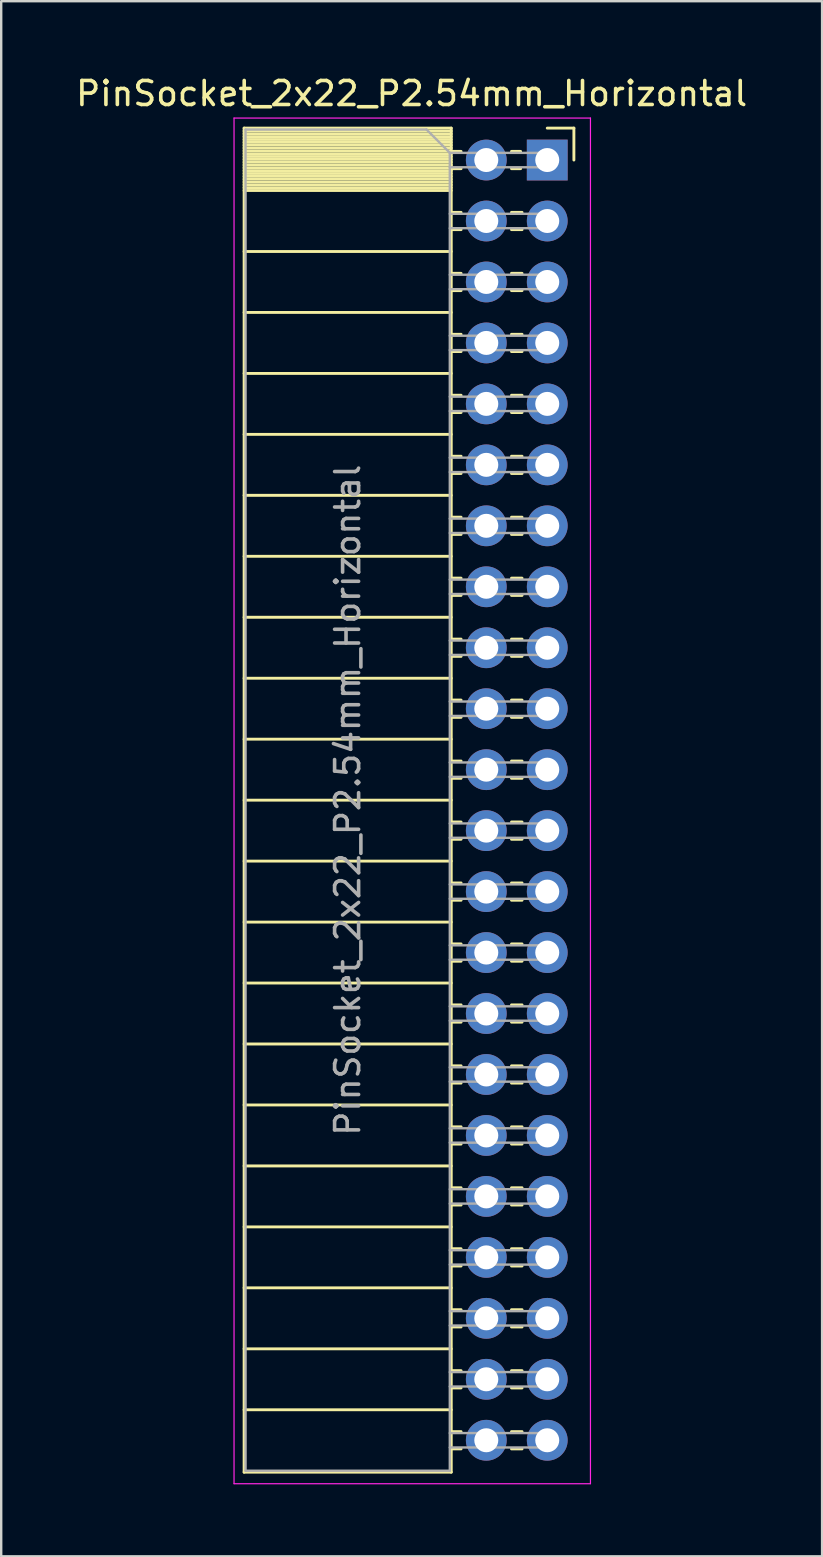
<source format=kicad_pcb>
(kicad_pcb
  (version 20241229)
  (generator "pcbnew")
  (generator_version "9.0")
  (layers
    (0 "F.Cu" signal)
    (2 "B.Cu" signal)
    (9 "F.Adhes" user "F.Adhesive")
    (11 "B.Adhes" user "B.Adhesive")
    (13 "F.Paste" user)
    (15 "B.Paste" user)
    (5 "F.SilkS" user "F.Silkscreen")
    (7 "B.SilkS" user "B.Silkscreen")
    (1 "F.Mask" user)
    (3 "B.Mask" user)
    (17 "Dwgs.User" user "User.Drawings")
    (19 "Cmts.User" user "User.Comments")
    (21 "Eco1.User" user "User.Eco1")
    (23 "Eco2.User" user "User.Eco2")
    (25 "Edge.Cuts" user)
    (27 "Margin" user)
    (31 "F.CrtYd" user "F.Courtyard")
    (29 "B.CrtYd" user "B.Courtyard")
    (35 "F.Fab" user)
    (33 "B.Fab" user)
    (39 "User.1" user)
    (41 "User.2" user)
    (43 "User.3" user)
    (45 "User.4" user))
  (footprint "PinSocket_2x22_P2.54mm_Horizontal"
    (layer "F.Cu")
    (at 19.751 3.618)
    (property "Reference" "PinSocket_2x22_P2.54mm_Horizontal" (at -5.65 -2.77 0) (layer "F.SilkS") (effects (font (size 1 1) (thickness 0.15))))
    (attr through_hole)
    (fp_line (start -12.63 -1.33) (end -12.63 54.67) (stroke (width 0.12) (type solid)) (layer "F.SilkS"))
    (fp_line (start -12.63 -1.33) (end -4 -1.33) (stroke (width 0.12) (type solid)) (layer "F.SilkS"))
    (fp_line (start -12.63 -1.21) (end -4 -1.21) (stroke (width 0.12) (type solid)) (layer "F.SilkS"))
    (fp_line (start -12.63 -1.092) (end -4 -1.092) (stroke (width 0.12) (type solid)) (layer "F.SilkS"))
    (fp_line (start -12.63 -0.974) (end -4 -0.974) (stroke (width 0.12) (type solid)) (layer "F.SilkS"))
    (fp_line (start -12.63 -0.856) (end -4 -0.856) (stroke (width 0.12) (type solid)) (layer "F.SilkS"))
    (fp_line (start -12.63 -0.738) (end -4 -0.738) (stroke (width 0.12) (type solid)) (layer "F.SilkS"))
    (fp_line (start -12.63 -0.62) (end -4 -0.62) (stroke (width 0.12) (type solid)) (layer "F.SilkS"))
    (fp_line (start -12.63 -0.501) (end -4 -0.501) (stroke (width 0.12) (type solid)) (layer "F.SilkS"))
    (fp_line (start -12.63 -0.383) (end -4 -0.383) (stroke (width 0.12) (type solid)) (layer "F.SilkS"))
    (fp_line (start -12.63 -0.265) (end -4 -0.265) (stroke (width 0.12) (type solid)) (layer "F.SilkS"))
    (fp_line (start -12.63 -0.147) (end -4 -0.147) (stroke (width 0.12) (type solid)) (layer "F.SilkS"))
    (fp_line (start -12.63 -0.029) (end -4 -0.029) (stroke (width 0.12) (type solid)) (layer "F.SilkS"))
    (fp_line (start -12.63 0.089) (end -4 0.089) (stroke (width 0.12) (type solid)) (layer "F.SilkS"))
    (fp_line (start -12.63 0.207) (end -4 0.207) (stroke (width 0.12) (type solid)) (layer "F.SilkS"))
    (fp_line (start -12.63 0.325) (end -4 0.325) (stroke (width 0.12) (type solid)) (layer "F.SilkS"))
    (fp_line (start -12.63 0.443) (end -4 0.443) (stroke (width 0.12) (type solid)) (layer "F.SilkS"))
    (fp_line (start -12.63 0.561) (end -4 0.561) (stroke (width 0.12) (type solid)) (layer "F.SilkS"))
    (fp_line (start -12.63 0.68) (end -4 0.68) (stroke (width 0.12) (type solid)) (layer "F.SilkS"))
    (fp_line (start -12.63 0.798) (end -4 0.798) (stroke (width 0.12) (type solid)) (layer "F.SilkS"))
    (fp_line (start -12.63 0.916) (end -4 0.916) (stroke (width 0.12) (type solid)) (layer "F.SilkS"))
    (fp_line (start -12.63 1.034) (end -4 1.034) (stroke (width 0.12) (type solid)) (layer "F.SilkS"))
    (fp_line (start -12.63 1.152) (end -4 1.152) (stroke (width 0.12) (type solid)) (layer "F.SilkS"))
    (fp_line (start -12.63 1.27) (end -4 1.27) (stroke (width 0.12) (type solid)) (layer "F.SilkS"))
    (fp_line (start -12.63 3.81) (end -4 3.81) (stroke (width 0.12) (type solid)) (layer "F.SilkS"))
    (fp_line (start -12.63 6.35) (end -4 6.35) (stroke (width 0.12) (type solid)) (layer "F.SilkS"))
    (fp_line (start -12.63 8.89) (end -4 8.89) (stroke (width 0.12) (type solid)) (layer "F.SilkS"))
    (fp_line (start -12.63 11.43) (end -4 11.43) (stroke (width 0.12) (type solid)) (layer "F.SilkS"))
    (fp_line (start -12.63 13.97) (end -4 13.97) (stroke (width 0.12) (type solid)) (layer "F.SilkS"))
    (fp_line (start -12.63 16.51) (end -4 16.51) (stroke (width 0.12) (type solid)) (layer "F.SilkS"))
    (fp_line (start -12.63 19.05) (end -4 19.05) (stroke (width 0.12) (type solid)) (layer "F.SilkS"))
    (fp_line (start -12.63 21.59) (end -4 21.59) (stroke (width 0.12) (type solid)) (layer "F.SilkS"))
    (fp_line (start -12.63 24.13) (end -4 24.13) (stroke (width 0.12) (type solid)) (layer "F.SilkS"))
    (fp_line (start -12.63 26.67) (end -4 26.67) (stroke (width 0.12) (type solid)) (layer "F.SilkS"))
    (fp_line (start -12.63 29.21) (end -4 29.21) (stroke (width 0.12) (type solid)) (layer "F.SilkS"))
    (fp_line (start -12.63 31.75) (end -4 31.75) (stroke (width 0.12) (type solid)) (layer "F.SilkS"))
    (fp_line (start -12.63 34.29) (end -4 34.29) (stroke (width 0.12) (type solid)) (layer "F.SilkS"))
    (fp_line (start -12.63 36.83) (end -4 36.83) (stroke (width 0.12) (type solid)) (layer "F.SilkS"))
    (fp_line (start -12.63 39.37) (end -4 39.37) (stroke (width 0.12) (type solid)) (layer "F.SilkS"))
    (fp_line (start -12.63 41.91) (end -4 41.91) (stroke (width 0.12) (type solid)) (layer "F.SilkS"))
    (fp_line (start -12.63 44.45) (end -4 44.45) (stroke (width 0.12) (type solid)) (layer "F.SilkS"))
    (fp_line (start -12.63 46.99) (end -4 46.99) (stroke (width 0.12) (type solid)) (layer "F.SilkS"))
    (fp_line (start -12.63 49.53) (end -4 49.53) (stroke (width 0.12) (type solid)) (layer "F.SilkS"))
    (fp_line (start -12.63 52.07) (end -4 52.07) (stroke (width 0.12) (type solid)) (layer "F.SilkS"))
    (fp_line (start -12.63 54.67) (end -4 54.67) (stroke (width 0.12) (type solid)) (layer "F.SilkS"))
    (fp_line (start -4 -1.33) (end -4 54.67) (stroke (width 0.12) (type solid)) (layer "F.SilkS"))
    (fp_line (start -4 -0.36) (end -3.59 -0.36) (stroke (width 0.12) (type solid)) (layer "F.SilkS"))
    (fp_line (start -4 0.36) (end -3.59 0.36) (stroke (width 0.12) (type solid)) (layer "F.SilkS"))
    (fp_line (start -4 2.18) (end -3.59 2.18) (stroke (width 0.12) (type solid)) (layer "F.SilkS"))
    (fp_line (start -4 2.9) (end -3.59 2.9) (stroke (width 0.12) (type solid)) (layer "F.SilkS"))
    (fp_line (start -4 4.72) (end -3.59 4.72) (stroke (width 0.12) (type solid)) (layer "F.SilkS"))
    (fp_line (start -4 5.44) (end -3.59 5.44) (stroke (width 0.12) (type solid)) (layer "F.SilkS"))
    (fp_line (start -4 7.26) (end -3.59 7.26) (stroke (width 0.12) (type solid)) (layer "F.SilkS"))
    (fp_line (start -4 7.98) (end -3.59 7.98) (stroke (width 0.12) (type solid)) (layer "F.SilkS"))
    (fp_line (start -4 9.8) (end -3.59 9.8) (stroke (width 0.12) (type solid)) (layer "F.SilkS"))
    (fp_line (start -4 10.52) (end -3.59 10.52) (stroke (width 0.12) (type solid)) (layer "F.SilkS"))
    (fp_line (start -4 12.34) (end -3.59 12.34) (stroke (width 0.12) (type solid)) (layer "F.SilkS"))
    (fp_line (start -4 13.06) (end -3.59 13.06) (stroke (width 0.12) (type solid)) (layer "F.SilkS"))
    (fp_line (start -4 14.88) (end -3.59 14.88) (stroke (width 0.12) (type solid)) (layer "F.SilkS"))
    (fp_line (start -4 15.6) (end -3.59 15.6) (stroke (width 0.12) (type solid)) (layer "F.SilkS"))
    (fp_line (start -4 17.42) (end -3.59 17.42) (stroke (width 0.12) (type solid)) (layer "F.SilkS"))
    (fp_line (start -4 18.14) (end -3.59 18.14) (stroke (width 0.12) (type solid)) (layer "F.SilkS"))
    (fp_line (start -4 19.96) (end -3.59 19.96) (stroke (width 0.12) (type solid)) (layer "F.SilkS"))
    (fp_line (start -4 20.68) (end -3.59 20.68) (stroke (width 0.12) (type solid)) (layer "F.SilkS"))
    (fp_line (start -4 22.5) (end -3.59 22.5) (stroke (width 0.12) (type solid)) (layer "F.SilkS"))
    (fp_line (start -4 23.22) (end -3.59 23.22) (stroke (width 0.12) (type solid)) (layer "F.SilkS"))
    (fp_line (start -4 25.04) (end -3.59 25.04) (stroke (width 0.12) (type solid)) (layer "F.SilkS"))
    (fp_line (start -4 25.76) (end -3.59 25.76) (stroke (width 0.12) (type solid)) (layer "F.SilkS"))
    (fp_line (start -4 27.58) (end -3.59 27.58) (stroke (width 0.12) (type solid)) (layer "F.SilkS"))
    (fp_line (start -4 28.3) (end -3.59 28.3) (stroke (width 0.12) (type solid)) (layer "F.SilkS"))
    (fp_line (start -4 30.12) (end -3.59 30.12) (stroke (width 0.12) (type solid)) (layer "F.SilkS"))
    (fp_line (start -4 30.84) (end -3.59 30.84) (stroke (width 0.12) (type solid)) (layer "F.SilkS"))
    (fp_line (start -4 32.66) (end -3.59 32.66) (stroke (width 0.12) (type solid)) (layer "F.SilkS"))
    (fp_line (start -4 33.38) (end -3.59 33.38) (stroke (width 0.12) (type solid)) (layer "F.SilkS"))
    (fp_line (start -4 35.2) (end -3.59 35.2) (stroke (width 0.12) (type solid)) (layer "F.SilkS"))
    (fp_line (start -4 35.92) (end -3.59 35.92) (stroke (width 0.12) (type solid)) (layer "F.SilkS"))
    (fp_line (start -4 37.74) (end -3.59 37.74) (stroke (width 0.12) (type solid)) (layer "F.SilkS"))
    (fp_line (start -4 38.46) (end -3.59 38.46) (stroke (width 0.12) (type solid)) (layer "F.SilkS"))
    (fp_line (start -4 40.28) (end -3.59 40.28) (stroke (width 0.12) (type solid)) (layer "F.SilkS"))
    (fp_line (start -4 41) (end -3.59 41) (stroke (width 0.12) (type solid)) (layer "F.SilkS"))
    (fp_line (start -4 42.82) (end -3.59 42.82) (stroke (width 0.12) (type solid)) (layer "F.SilkS"))
    (fp_line (start -4 43.54) (end -3.59 43.54) (stroke (width 0.12) (type solid)) (layer "F.SilkS"))
    (fp_line (start -4 45.36) (end -3.59 45.36) (stroke (width 0.12) (type solid)) (layer "F.SilkS"))
    (fp_line (start -4 46.08) (end -3.59 46.08) (stroke (width 0.12) (type solid)) (layer "F.SilkS"))
    (fp_line (start -4 47.9) (end -3.59 47.9) (stroke (width 0.12) (type solid)) (layer "F.SilkS"))
    (fp_line (start -4 48.62) (end -3.59 48.62) (stroke (width 0.12) (type solid)) (layer "F.SilkS"))
    (fp_line (start -4 50.44) (end -3.59 50.44) (stroke (width 0.12) (type solid)) (layer "F.SilkS"))
    (fp_line (start -4 51.16) (end -3.59 51.16) (stroke (width 0.12) (type solid)) (layer "F.SilkS"))
    (fp_line (start -4 52.98) (end -3.59 52.98) (stroke (width 0.12) (type solid)) (layer "F.SilkS"))
    (fp_line (start -4 53.7) (end -3.59 53.7) (stroke (width 0.12) (type solid)) (layer "F.SilkS"))
    (fp_line (start -1.49 -0.36) (end -1.11 -0.36) (stroke (width 0.12) (type solid)) (layer "F.SilkS"))
    (fp_line (start -1.49 0.36) (end -1.11 0.36) (stroke (width 0.12) (type solid)) (layer "F.SilkS"))
    (fp_line (start -1.49 2.18) (end -1.05 2.18) (stroke (width 0.12) (type solid)) (layer "F.SilkS"))
    (fp_line (start -1.49 2.9) (end -1.05 2.9) (stroke (width 0.12) (type solid)) (layer "F.SilkS"))
    (fp_line (start -1.49 4.72) (end -1.05 4.72) (stroke (width 0.12) (type solid)) (layer "F.SilkS"))
    (fp_line (start -1.49 5.44) (end -1.05 5.44) (stroke (width 0.12) (type solid)) (layer "F.SilkS"))
    (fp_line (start -1.49 7.26) (end -1.05 7.26) (stroke (width 0.12) (type solid)) (layer "F.SilkS"))
    (fp_line (start -1.49 7.98) (end -1.05 7.98) (stroke (width 0.12) (type solid)) (layer "F.SilkS"))
    (fp_line (start -1.49 9.8) (end -1.05 9.8) (stroke (width 0.12) (type solid)) (layer "F.SilkS"))
    (fp_line (start -1.49 10.52) (end -1.05 10.52) (stroke (width 0.12) (type solid)) (layer "F.SilkS"))
    (fp_line (start -1.49 12.34) (end -1.05 12.34) (stroke (width 0.12) (type solid)) (layer "F.SilkS"))
    (fp_line (start -1.49 13.06) (end -1.05 13.06) (stroke (width 0.12) (type solid)) (layer "F.SilkS"))
    (fp_line (start -1.49 14.88) (end -1.05 14.88) (stroke (width 0.12) (type solid)) (layer "F.SilkS"))
    (fp_line (start -1.49 15.6) (end -1.05 15.6) (stroke (width 0.12) (type solid)) (layer "F.SilkS"))
    (fp_line (start -1.49 17.42) (end -1.05 17.42) (stroke (width 0.12) (type solid)) (layer "F.SilkS"))
    (fp_line (start -1.49 18.14) (end -1.05 18.14) (stroke (width 0.12) (type solid)) (layer "F.SilkS"))
    (fp_line (start -1.49 19.96) (end -1.05 19.96) (stroke (width 0.12) (type solid)) (layer "F.SilkS"))
    (fp_line (start -1.49 20.68) (end -1.05 20.68) (stroke (width 0.12) (type solid)) (layer "F.SilkS"))
    (fp_line (start -1.49 22.5) (end -1.05 22.5) (stroke (width 0.12) (type solid)) (layer "F.SilkS"))
    (fp_line (start -1.49 23.22) (end -1.05 23.22) (stroke (width 0.12) (type solid)) (layer "F.SilkS"))
    (fp_line (start -1.49 25.04) (end -1.05 25.04) (stroke (width 0.12) (type solid)) (layer "F.SilkS"))
    (fp_line (start -1.49 25.76) (end -1.05 25.76) (stroke (width 0.12) (type solid)) (layer "F.SilkS"))
    (fp_line (start -1.49 27.58) (end -1.05 27.58) (stroke (width 0.12) (type solid)) (layer "F.SilkS"))
    (fp_line (start -1.49 28.3) (end -1.05 28.3) (stroke (width 0.12) (type solid)) (layer "F.SilkS"))
    (fp_line (start -1.49 30.12) (end -1.05 30.12) (stroke (width 0.12) (type solid)) (layer "F.SilkS"))
    (fp_line (start -1.49 30.84) (end -1.05 30.84) (stroke (width 0.12) (type solid)) (layer "F.SilkS"))
    (fp_line (start -1.49 32.66) (end -1.05 32.66) (stroke (width 0.12) (type solid)) (layer "F.SilkS"))
    (fp_line (start -1.49 33.38) (end -1.05 33.38) (stroke (width 0.12) (type solid)) (layer "F.SilkS"))
    (fp_line (start -1.49 35.2) (end -1.05 35.2) (stroke (width 0.12) (type solid)) (layer "F.SilkS"))
    (fp_line (start -1.49 35.92) (end -1.05 35.92) (stroke (width 0.12) (type solid)) (layer "F.SilkS"))
    (fp_line (start -1.49 37.74) (end -1.05 37.74) (stroke (width 0.12) (type solid)) (layer "F.SilkS"))
    (fp_line (start -1.49 38.46) (end -1.05 38.46) (stroke (width 0.12) (type solid)) (layer "F.SilkS"))
    (fp_line (start -1.49 40.28) (end -1.05 40.28) (stroke (width 0.12) (type solid)) (layer "F.SilkS"))
    (fp_line (start -1.49 41) (end -1.05 41) (stroke (width 0.12) (type solid)) (layer "F.SilkS"))
    (fp_line (start -1.49 42.82) (end -1.05 42.82) (stroke (width 0.12) (type solid)) (layer "F.SilkS"))
    (fp_line (start -1.49 43.54) (end -1.05 43.54) (stroke (width 0.12) (type solid)) (layer "F.SilkS"))
    (fp_line (start -1.49 45.36) (end -1.05 45.36) (stroke (width 0.12) (type solid)) (layer "F.SilkS"))
    (fp_line (start -1.49 46.08) (end -1.05 46.08) (stroke (width 0.12) (type solid)) (layer "F.SilkS"))
    (fp_line (start -1.49 47.9) (end -1.05 47.9) (stroke (width 0.12) (type solid)) (layer "F.SilkS"))
    (fp_line (start -1.49 48.62) (end -1.05 48.62) (stroke (width 0.12) (type solid)) (layer "F.SilkS"))
    (fp_line (start -1.49 50.44) (end -1.05 50.44) (stroke (width 0.12) (type solid)) (layer "F.SilkS"))
    (fp_line (start -1.49 51.16) (end -1.05 51.16) (stroke (width 0.12) (type solid)) (layer "F.SilkS"))
    (fp_line (start -1.49 52.98) (end -1.05 52.98) (stroke (width 0.12) (type solid)) (layer "F.SilkS"))
    (fp_line (start -1.49 53.7) (end -1.05 53.7) (stroke (width 0.12) (type solid)) (layer "F.SilkS"))
    (fp_line (start 0 -1.33) (end 1.11 -1.33) (stroke (width 0.12) (type solid)) (layer "F.SilkS"))
    (fp_line (start 1.11 -1.33) (end 1.11 0) (stroke (width 0.12) (type solid)) (layer "F.SilkS"))
    (fp_line (start -13.05 -1.75) (end -13.05 55.15) (stroke (width 0.05) (type solid)) (layer "F.CrtYd"))
    (fp_line (start -13.05 55.15) (end 1.8 55.15) (stroke (width 0.05) (type solid)) (layer "F.CrtYd"))
    (fp_line (start 1.8 -1.75) (end -13.05 -1.75) (stroke (width 0.05) (type solid)) (layer "F.CrtYd"))
    (fp_line (start 1.8 55.15) (end 1.8 -1.75) (stroke (width 0.05) (type solid)) (layer "F.CrtYd"))
    (fp_line (start -12.57 -1.27) (end -5.03 -1.27) (stroke (width 0.1) (type solid)) (layer "F.Fab"))
    (fp_line (start -12.57 54.61) (end -12.57 -1.27) (stroke (width 0.1) (type solid)) (layer "F.Fab"))
    (fp_line (start -5.03 -1.27) (end -4.06 -0.3) (stroke (width 0.1) (type solid)) (layer "F.Fab"))
    (fp_line (start -4.06 -0.3) (end -4.06 54.61) (stroke (width 0.1) (type solid)) (layer "F.Fab"))
    (fp_line (start -4.06 0.3) (end 0 0.3) (stroke (width 0.1) (type solid)) (layer "F.Fab"))
    (fp_line (start -4.06 2.84) (end 0 2.84) (stroke (width 0.1) (type solid)) (layer "F.Fab"))
    (fp_line (start -4.06 5.38) (end 0 5.38) (stroke (width 0.1) (type solid)) (layer "F.Fab"))
    (fp_line (start -4.06 7.92) (end 0 7.92) (stroke (width 0.1) (type solid)) (layer "F.Fab"))
    (fp_line (start -4.06 10.46) (end 0 10.46) (stroke (width 0.1) (type solid)) (layer "F.Fab"))
    (fp_line (start -4.06 13) (end 0 13) (stroke (width 0.1) (type solid)) (layer "F.Fab"))
    (fp_line (start -4.06 15.54) (end 0 15.54) (stroke (width 0.1) (type solid)) (layer "F.Fab"))
    (fp_line (start -4.06 18.08) (end 0 18.08) (stroke (width 0.1) (type solid)) (layer "F.Fab"))
    (fp_line (start -4.06 20.62) (end 0 20.62) (stroke (width 0.1) (type solid)) (layer "F.Fab"))
    (fp_line (start -4.06 23.16) (end 0 23.16) (stroke (width 0.1) (type solid)) (layer "F.Fab"))
    (fp_line (start -4.06 25.7) (end 0 25.7) (stroke (width 0.1) (type solid)) (layer "F.Fab"))
    (fp_line (start -4.06 28.24) (end 0 28.24) (stroke (width 0.1) (type solid)) (layer "F.Fab"))
    (fp_line (start -4.06 30.78) (end 0 30.78) (stroke (width 0.1) (type solid)) (layer "F.Fab"))
    (fp_line (start -4.06 33.32) (end 0 33.32) (stroke (width 0.1) (type solid)) (layer "F.Fab"))
    (fp_line (start -4.06 35.86) (end 0 35.86) (stroke (width 0.1) (type solid)) (layer "F.Fab"))
    (fp_line (start -4.06 38.4) (end 0 38.4) (stroke (width 0.1) (type solid)) (layer "F.Fab"))
    (fp_line (start -4.06 40.94) (end 0 40.94) (stroke (width 0.1) (type solid)) (layer "F.Fab"))
    (fp_line (start -4.06 43.48) (end 0 43.48) (stroke (width 0.1) (type solid)) (layer "F.Fab"))
    (fp_line (start -4.06 46.02) (end 0 46.02) (stroke (width 0.1) (type solid)) (layer "F.Fab"))
    (fp_line (start -4.06 48.56) (end 0 48.56) (stroke (width 0.1) (type solid)) (layer "F.Fab"))
    (fp_line (start -4.06 51.1) (end 0 51.1) (stroke (width 0.1) (type solid)) (layer "F.Fab"))
    (fp_line (start -4.06 53.64) (end 0 53.64) (stroke (width 0.1) (type solid)) (layer "F.Fab"))
    (fp_line (start -4.06 54.61) (end -12.57 54.61) (stroke (width 0.1) (type solid)) (layer "F.Fab"))
    (fp_line (start 0 -0.3) (end -4.06 -0.3) (stroke (width 0.1) (type solid)) (layer "F.Fab"))
    (fp_line (start 0 0.3) (end 0 -0.3) (stroke (width 0.1) (type solid)) (layer "F.Fab"))
    (fp_line (start 0 2.24) (end -4.06 2.24) (stroke (width 0.1) (type solid)) (layer "F.Fab"))
    (fp_line (start 0 2.84) (end 0 2.24) (stroke (width 0.1) (type solid)) (layer "F.Fab"))
    (fp_line (start 0 4.78) (end -4.06 4.78) (stroke (width 0.1) (type solid)) (layer "F.Fab"))
    (fp_line (start 0 5.38) (end 0 4.78) (stroke (width 0.1) (type solid)) (layer "F.Fab"))
    (fp_line (start 0 7.32) (end -4.06 7.32) (stroke (width 0.1) (type solid)) (layer "F.Fab"))
    (fp_line (start 0 7.92) (end 0 7.32) (stroke (width 0.1) (type solid)) (layer "F.Fab"))
    (fp_line (start 0 9.86) (end -4.06 9.86) (stroke (width 0.1) (type solid)) (layer "F.Fab"))
    (fp_line (start 0 10.46) (end 0 9.86) (stroke (width 0.1) (type solid)) (layer "F.Fab"))
    (fp_line (start 0 12.4) (end -4.06 12.4) (stroke (width 0.1) (type solid)) (layer "F.Fab"))
    (fp_line (start 0 13) (end 0 12.4) (stroke (width 0.1) (type solid)) (layer "F.Fab"))
    (fp_line (start 0 14.94) (end -4.06 14.94) (stroke (width 0.1) (type solid)) (layer "F.Fab"))
    (fp_line (start 0 15.54) (end 0 14.94) (stroke (width 0.1) (type solid)) (layer "F.Fab"))
    (fp_line (start 0 17.48) (end -4.06 17.48) (stroke (width 0.1) (type solid)) (layer "F.Fab"))
    (fp_line (start 0 18.08) (end 0 17.48) (stroke (width 0.1) (type solid)) (layer "F.Fab"))
    (fp_line (start 0 20.02) (end -4.06 20.02) (stroke (width 0.1) (type solid)) (layer "F.Fab"))
    (fp_line (start 0 20.62) (end 0 20.02) (stroke (width 0.1) (type solid)) (layer "F.Fab"))
    (fp_line (start 0 22.56) (end -4.06 22.56) (stroke (width 0.1) (type solid)) (layer "F.Fab"))
    (fp_line (start 0 23.16) (end 0 22.56) (stroke (width 0.1) (type solid)) (layer "F.Fab"))
    (fp_line (start 0 25.1) (end -4.06 25.1) (stroke (width 0.1) (type solid)) (layer "F.Fab"))
    (fp_line (start 0 25.7) (end 0 25.1) (stroke (width 0.1) (type solid)) (layer "F.Fab"))
    (fp_line (start 0 27.64) (end -4.06 27.64) (stroke (width 0.1) (type solid)) (layer "F.Fab"))
    (fp_line (start 0 28.24) (end 0 27.64) (stroke (width 0.1) (type solid)) (layer "F.Fab"))
    (fp_line (start 0 30.18) (end -4.06 30.18) (stroke (width 0.1) (type solid)) (layer "F.Fab"))
    (fp_line (start 0 30.78) (end 0 30.18) (stroke (width 0.1) (type solid)) (layer "F.Fab"))
    (fp_line (start 0 32.72) (end -4.06 32.72) (stroke (width 0.1) (type solid)) (layer "F.Fab"))
    (fp_line (start 0 33.32) (end 0 32.72) (stroke (width 0.1) (type solid)) (layer "F.Fab"))
    (fp_line (start 0 35.26) (end -4.06 35.26) (stroke (width 0.1) (type solid)) (layer "F.Fab"))
    (fp_line (start 0 35.86) (end 0 35.26) (stroke (width 0.1) (type solid)) (layer "F.Fab"))
    (fp_line (start 0 37.8) (end -4.06 37.8) (stroke (width 0.1) (type solid)) (layer "F.Fab"))
    (fp_line (start 0 38.4) (end 0 37.8) (stroke (width 0.1) (type solid)) (layer "F.Fab"))
    (fp_line (start 0 40.34) (end -4.06 40.34) (stroke (width 0.1) (type solid)) (layer "F.Fab"))
    (fp_line (start 0 40.94) (end 0 40.34) (stroke (width 0.1) (type solid)) (layer "F.Fab"))
    (fp_line (start 0 42.88) (end -4.06 42.88) (stroke (width 0.1) (type solid)) (layer "F.Fab"))
    (fp_line (start 0 43.48) (end 0 42.88) (stroke (width 0.1) (type solid)) (layer "F.Fab"))
    (fp_line (start 0 45.42) (end -4.06 45.42) (stroke (width 0.1) (type solid)) (layer "F.Fab"))
    (fp_line (start 0 46.02) (end 0 45.42) (stroke (width 0.1) (type solid)) (layer "F.Fab"))
    (fp_line (start 0 47.96) (end -4.06 47.96) (stroke (width 0.1) (type solid)) (layer "F.Fab"))
    (fp_line (start 0 48.56) (end 0 47.96) (stroke (width 0.1) (type solid)) (layer "F.Fab"))
    (fp_line (start 0 50.5) (end -4.06 50.5) (stroke (width 0.1) (type solid)) (layer "F.Fab"))
    (fp_line (start 0 51.1) (end 0 50.5) (stroke (width 0.1) (type solid)) (layer "F.Fab"))
    (fp_line (start 0 53.04) (end -4.06 53.04) (stroke (width 0.1) (type solid)) (layer "F.Fab"))
    (fp_line (start 0 53.64) (end 0 53.04) (stroke (width 0.1) (type solid)) (layer "F.Fab"))
    (fp_text user "${REFERENCE}" (at -8.315 26.67 90) (layer "F.Fab") (effects (font (size 1 1) (thickness 0.15))))
    (pad "1" thru_hole rect (at 0 0) (size 1.7 1.7) (drill 1) (layers "*.Cu" "*.Mask"))
    (pad "2" thru_hole oval (at -2.54 0) (size 1.7 1.7) (drill 1) (layers "*.Cu" "*.Mask"))
    (pad "3" thru_hole oval (at 0 2.54) (size 1.7 1.7) (drill 1) (layers "*.Cu" "*.Mask"))
    (pad "4" thru_hole oval (at -2.54 2.54) (size 1.7 1.7) (drill 1) (layers "*.Cu" "*.Mask"))
    (pad "5" thru_hole oval (at 0 5.08) (size 1.7 1.7) (drill 1) (layers "*.Cu" "*.Mask"))
    (pad "6" thru_hole oval (at -2.54 5.08) (size 1.7 1.7) (drill 1) (layers "*.Cu" "*.Mask"))
    (pad "7" thru_hole oval (at 0 7.62) (size 1.7 1.7) (drill 1) (layers "*.Cu" "*.Mask"))
    (pad "8" thru_hole oval (at -2.54 7.62) (size 1.7 1.7) (drill 1) (layers "*.Cu" "*.Mask"))
    (pad "9" thru_hole oval (at 0 10.16) (size 1.7 1.7) (drill 1) (layers "*.Cu" "*.Mask"))
    (pad "10" thru_hole oval (at -2.54 10.16) (size 1.7 1.7) (drill 1) (layers "*.Cu" "*.Mask"))
    (pad "11" thru_hole oval (at 0 12.7) (size 1.7 1.7) (drill 1) (layers "*.Cu" "*.Mask"))
    (pad "12" thru_hole oval (at -2.54 12.7) (size 1.7 1.7) (drill 1) (layers "*.Cu" "*.Mask"))
    (pad "13" thru_hole oval (at 0 15.24) (size 1.7 1.7) (drill 1) (layers "*.Cu" "*.Mask"))
    (pad "14" thru_hole oval (at -2.54 15.24) (size 1.7 1.7) (drill 1) (layers "*.Cu" "*.Mask"))
    (pad "15" thru_hole oval (at 0 17.78) (size 1.7 1.7) (drill 1) (layers "*.Cu" "*.Mask"))
    (pad "16" thru_hole oval (at -2.54 17.78) (size 1.7 1.7) (drill 1) (layers "*.Cu" "*.Mask"))
    (pad "17" thru_hole oval (at 0 20.32) (size 1.7 1.7) (drill 1) (layers "*.Cu" "*.Mask"))
    (pad "18" thru_hole oval (at -2.54 20.32) (size 1.7 1.7) (drill 1) (layers "*.Cu" "*.Mask"))
    (pad "19" thru_hole oval (at 0 22.86) (size 1.7 1.7) (drill 1) (layers "*.Cu" "*.Mask"))
    (pad "20" thru_hole oval (at -2.54 22.86) (size 1.7 1.7) (drill 1) (layers "*.Cu" "*.Mask"))
    (pad "21" thru_hole oval (at 0 25.4) (size 1.7 1.7) (drill 1) (layers "*.Cu" "*.Mask"))
    (pad "22" thru_hole oval (at -2.54 25.4) (size 1.7 1.7) (drill 1) (layers "*.Cu" "*.Mask"))
    (pad "23" thru_hole oval (at 0 27.94) (size 1.7 1.7) (drill 1) (layers "*.Cu" "*.Mask"))
    (pad "24" thru_hole oval (at -2.54 27.94) (size 1.7 1.7) (drill 1) (layers "*.Cu" "*.Mask"))
    (pad "25" thru_hole oval (at 0 30.48) (size 1.7 1.7) (drill 1) (layers "*.Cu" "*.Mask"))
    (pad "26" thru_hole oval (at -2.54 30.48) (size 1.7 1.7) (drill 1) (layers "*.Cu" "*.Mask"))
    (pad "27" thru_hole oval (at 0 33.02) (size 1.7 1.7) (drill 1) (layers "*.Cu" "*.Mask"))
    (pad "28" thru_hole oval (at -2.54 33.02) (size 1.7 1.7) (drill 1) (layers "*.Cu" "*.Mask"))
    (pad "29" thru_hole oval (at 0 35.56) (size 1.7 1.7) (drill 1) (layers "*.Cu" "*.Mask"))
    (pad "30" thru_hole oval (at -2.54 35.56) (size 1.7 1.7) (drill 1) (layers "*.Cu" "*.Mask"))
    (pad "31" thru_hole oval (at 0 38.1) (size 1.7 1.7) (drill 1) (layers "*.Cu" "*.Mask"))
    (pad "32" thru_hole oval (at -2.54 38.1) (size 1.7 1.7) (drill 1) (layers "*.Cu" "*.Mask"))
    (pad "33" thru_hole oval (at 0 40.64) (size 1.7 1.7) (drill 1) (layers "*.Cu" "*.Mask"))
    (pad "34" thru_hole oval (at -2.54 40.64) (size 1.7 1.7) (drill 1) (layers "*.Cu" "*.Mask"))
    (pad "35" thru_hole oval (at 0 43.18) (size 1.7 1.7) (drill 1) (layers "*.Cu" "*.Mask"))
    (pad "36" thru_hole oval (at -2.54 43.18) (size 1.7 1.7) (drill 1) (layers "*.Cu" "*.Mask"))
    (pad "37" thru_hole oval (at 0 45.72) (size 1.7 1.7) (drill 1) (layers "*.Cu" "*.Mask"))
    (pad "38" thru_hole oval (at -2.54 45.72) (size 1.7 1.7) (drill 1) (layers "*.Cu" "*.Mask"))
    (pad "39" thru_hole oval (at 0 48.26) (size 1.7 1.7) (drill 1) (layers "*.Cu" "*.Mask"))
    (pad "40" thru_hole oval (at -2.54 48.26) (size 1.7 1.7) (drill 1) (layers "*.Cu" "*.Mask"))
    (pad "41" thru_hole oval (at 0 50.8) (size 1.7 1.7) (drill 1) (layers "*.Cu" "*.Mask"))
    (pad "42" thru_hole oval (at -2.54 50.8) (size 1.7 1.7) (drill 1) (layers "*.Cu" "*.Mask"))
    (pad "43" thru_hole oval (at 0 53.34) (size 1.7 1.7) (drill 1) (layers "*.Cu" "*.Mask"))
    (pad "44" thru_hole oval (at -2.54 53.34) (size 1.7 1.7) (drill 1) (layers "*.Cu" "*.Mask")))
  (gr_rect
    (start -3 -3)
    (end 31.202 61.793)
    (stroke (width 0.1) (type default))
    (fill no)
    (layer "Edge.Cuts")))
</source>
